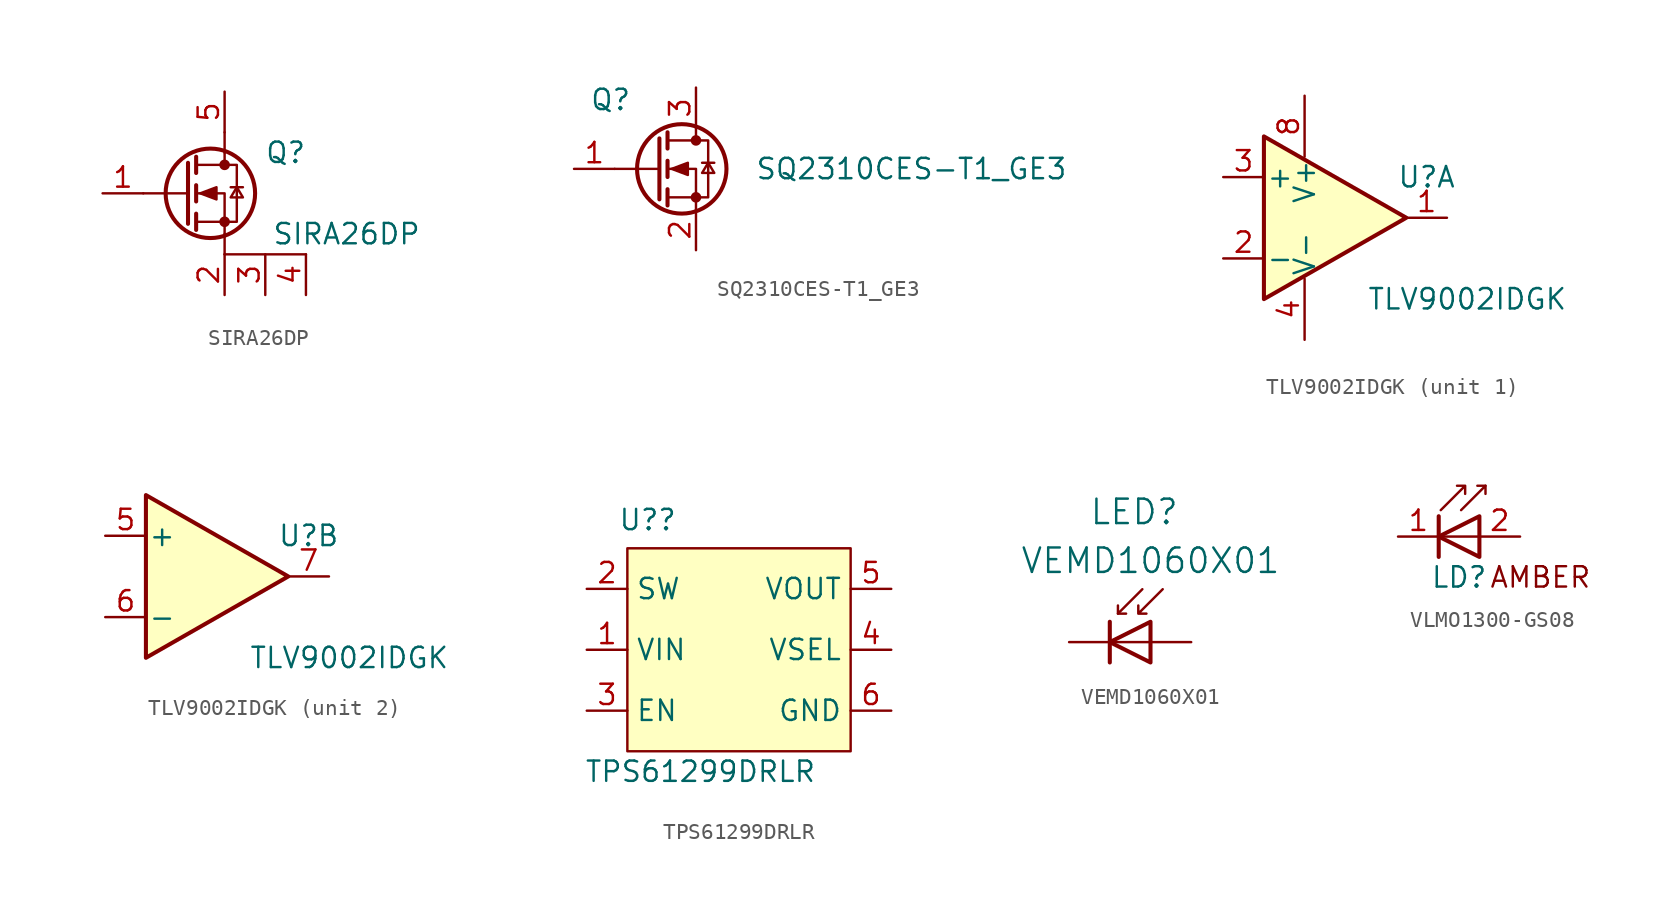
<source format=kicad_sym>
(kicad_symbol_lib
  (version 20241209)
  (generator "kicad_symbol_editor")
  (generator_version "9.0")
  (symbol "SIRA26DP"
    (pin_names
      (hide yes))
    (property "Reference" "Q"
      (at 3.81 2.54 0)
      (effects (font (size 1.27 1.27))))
    (property "Value" "SIRA26DP"
      (at 7.62 -2.54 0)
      (effects (font (size 1.27 1.27))))
    (symbol "SIRA26DP_0_1"
      (polyline (pts (xy -2.286 1.905) (xy -2.286 -1.905)) (stroke (width 0.254) (type default)) (fill (type none)))
      (polyline (pts (xy -2.286 0) (xy -5.08 0)) (stroke (width 0) (type default)) (fill (type none)))
      (polyline (pts (xy -1.778 2.286) (xy -1.778 1.27)) (stroke (width 0.254) (type default)) (fill (type none)))
      (polyline (pts (xy -1.778 0.508) (xy -1.778 -0.508)) (stroke (width 0.254) (type default)) (fill (type none)))
      (polyline (pts (xy -1.778 -1.27) (xy -1.778 -2.286)) (stroke (width 0.254) (type default)) (fill (type none)))
      (polyline (pts (xy -1.778 -1.778) (xy 0.762 -1.778) (xy 0.762 1.778) (xy -1.778 1.778)) (stroke (width 0) (type default)) (fill (type none)))
      (polyline (pts (xy -1.524 0) (xy -0.508 0.381) (xy -0.508 -0.381) (xy -1.524 0)) (stroke (width 0) (type default)) (fill (type outline)))
      (circle (center -0.889 0) (radius 2.794) (stroke (width 0.254) (type default)) (fill (type none)))
      (polyline (pts (xy 0 3.81) (xy 0 2.54)) (stroke (width 0) (type default)) (fill (type none)))
      (polyline (pts (xy 0 2.54) (xy 0 1.778)) (stroke (width 0) (type default)) (fill (type none)))
      (circle (center 0 1.778) (radius 0.254) (stroke (width 0) (type default)) (fill (type outline)))
      (circle (center 0 -1.778) (radius 0.254) (stroke (width 0) (type default)) (fill (type outline)))
      (polyline (pts (xy 0 -2.54) (xy 0 -3.81)) (stroke (width 0) (type default)) (fill (type none)))
      (polyline (pts (xy 0 -2.54) (xy 0 0) (xy -1.778 0)) (stroke (width 0) (type default)) (fill (type none)))
      (polyline (pts (xy 0.381 0.381) (xy 1.143 0.381)) (stroke (width 0) (type default)) (fill (type none)))
      (polyline (pts (xy 0.762 0.381) (xy 0.381 -0.254) (xy 1.143 -0.254) (xy 0.762 0.381)) (stroke (width 0) (type default)) (fill (type none)))
      (polyline (pts (xy 5.08 -3.81) (xy 0 -3.81)) (stroke (width 0) (type default)) (fill (type none))))
    (symbol "SIRA26DP_1_1"
      (pin input line (at -7.62 0 0) (length 2.54) (name "G" (effects (font (size 1.27 1.27)))) (number "1" (effects (font (size 1.27 1.27)))))
      (pin passive line (at 0 6.35 270) (length 2.54) (name "D" (effects (font (size 1.27 1.27)))) (number "5" (effects (font (size 1.27 1.27)))))
      (pin passive line (at 0 -6.35 90) (length 2.54) (name "S" (effects (font (size 1.27 1.27)))) (number "2" (effects (font (size 1.27 1.27)))))
      (pin passive line (at 2.54 -6.35 90) (length 2.54) (name "S" (effects (font (size 1.27 1.27)))) (number "3" (effects (font (size 1.27 1.27)))))
      (pin passive line (at 5.08 -6.35 90) (length 2.54) (name "S" (effects (font (size 1.27 1.27)))) (number "4" (effects (font (size 1.27 1.27)))))))
  (symbol "SQ2310CES-T1_GE3"
    (pin_names
      (hide yes))
    (property "Reference" "Q"
      (at -5.334 4.318 0)
      (effects (font (size 1.27 1.27))))
    (property "Value" "SQ2310CES-T1_GE3"
      (at 13.462 0 0)
      (effects (font (size 1.27 1.27))))
    (symbol "SQ2310CES-T1_GE3_0_1"
      (polyline (pts (xy -2.286 1.905) (xy -2.286 -1.905)) (stroke (width 0.254) (type default)) (fill (type none)))
      (polyline (pts (xy -2.286 0) (xy -5.08 0)) (stroke (width 0) (type default)) (fill (type none)))
      (polyline (pts (xy -1.778 2.286) (xy -1.778 1.27)) (stroke (width 0.254) (type default)) (fill (type none)))
      (polyline (pts (xy -1.778 0.508) (xy -1.778 -0.508)) (stroke (width 0.254) (type default)) (fill (type none)))
      (polyline (pts (xy -1.778 -1.27) (xy -1.778 -2.286)) (stroke (width 0.254) (type default)) (fill (type none)))
      (polyline (pts (xy -1.778 -1.778) (xy 0.762 -1.778) (xy 0.762 1.778) (xy -1.778 1.778)) (stroke (width 0) (type default)) (fill (type none)))
      (polyline (pts (xy -1.524 0) (xy -0.508 0.381) (xy -0.508 -0.381) (xy -1.524 0)) (stroke (width 0) (type default)) (fill (type outline)))
      (circle (center -0.889 0) (radius 2.794) (stroke (width 0.254) (type default)) (fill (type none)))
      (polyline (pts (xy 0 2.54) (xy 0 1.778)) (stroke (width 0) (type default)) (fill (type none)))
      (circle (center 0 1.778) (radius 0.254) (stroke (width 0) (type default)) (fill (type outline)))
      (circle (center 0 -1.778) (radius 0.254) (stroke (width 0) (type default)) (fill (type outline)))
      (polyline (pts (xy 0 -2.54) (xy 0 0) (xy -1.778 0)) (stroke (width 0) (type default)) (fill (type none)))
      (polyline (pts (xy 0.381 0.381) (xy 1.143 0.381)) (stroke (width 0) (type default)) (fill (type none)))
      (polyline (pts (xy 0.762 0.381) (xy 0.381 -0.254) (xy 1.143 -0.254) (xy 0.762 0.381)) (stroke (width 0) (type default)) (fill (type none))))
    (symbol "SQ2310CES-T1_GE3_1_1"
      (pin input line (at -7.62 0 0) (length 2.54) (name "G" (effects (font (size 1.27 1.27)))) (number "1" (effects (font (size 1.27 1.27)))))
      (pin passive line (at 0 5.08 270) (length 2.54) (name "D" (effects (font (size 1.27 1.27)))) (number "3" (effects (font (size 1.27 1.27)))))
      (pin passive line (at 0 -5.08 90) (length 2.54) (name "S" (effects (font (size 1.27 1.27)))) (number "2" (effects (font (size 1.27 1.27)))))))
  (symbol "TLV9002IDGK"
    (pin_names
      (offset 0.127))
    (property "Reference" "U"
      (at 7.62 2.54 0)
      (effects (font (size 1.27 1.27))))
    (property "Value" "TLV9002IDGK"
      (at 10.16 -5.08 0)
      (effects (font (size 1.27 1.27))))
    (property "ki_locked" ""
      (at 0 0 0)
      (effects (font (size 1.27 1.27))))
    (symbol "TLV9002IDGK_0_1"
      (polyline (pts (xy -2.54 5.08) (xy -2.54 -5.08) (xy 6.35 0) (xy -2.54 5.08)) (stroke (width 0.254) (type default)) (fill (type background))))
    (symbol "TLV9002IDGK_1_1"
      (pin passive line (at -5.08 2.54 0) (length 2.54) (name "+" (effects (font (size 1.27 1.27)))) (number "3" (effects (font (size 1.27 1.27)))))
      (pin passive line (at -5.08 -2.54 0) (length 2.54) (name "-" (effects (font (size 1.27 1.27)))) (number "2" (effects (font (size 1.27 1.27)))))
      (pin power_in line (at 0 7.62 270) (length 3.81) (name "V+" (effects (font (size 1.27 1.27)))) (number "8" (effects (font (size 1.27 1.27)))))
      (pin power_in line (at 0 -7.62 90) (length 3.81) (name "V-" (effects (font (size 1.27 1.27)))) (number "4" (effects (font (size 1.27 1.27)))))
      (pin passive line (at 8.89 0 180) (length 2.54) (name "~" (effects (font (size 1.27 1.27)))) (number "1" (effects (font (size 1.27 1.27))))))
    (symbol "TLV9002IDGK_2_1"
      (pin input line (at -5.08 2.54 0) (length 2.54) (name "+" (effects (font (size 1.27 1.27)))) (number "5" (effects (font (size 1.27 1.27)))))
      (pin input line (at -5.08 -2.54 0) (length 2.54) (name "-" (effects (font (size 1.27 1.27)))) (number "6" (effects (font (size 1.27 1.27)))))
      (pin output line (at 8.89 0 180) (length 2.54) (name "~" (effects (font (size 1.27 1.27)))) (number "7" (effects (font (size 1.27 1.27)))))))
  (symbol "TPS61299DRLR"
    (property "Reference" "U?"
      (at -1.27 8.128 0)
      (effects (font (size 1.27 1.27))))
    (property "Value" "TPS61299DRLR"
      (at 2.032 -7.62 0)
      (effects (font (size 1.27 1.27))))
    (symbol "TPS61299DRLR_1_1"
      (rectangle (start -2.54 6.35) (end 11.43 -6.35) (stroke (width 0) (type solid)) (fill (type background)))
      (pin passive line (at -5.08 3.81 0) (length 2.54) (name "SW" (effects (font (size 1.27 1.27)))) (number "2" (effects (font (size 1.27 1.27)))))
      (pin passive line (at -5.08 0 0) (length 2.54) (name "VIN" (effects (font (size 1.27 1.27)))) (number "1" (effects (font (size 1.27 1.27)))))
      (pin input line (at -5.08 -3.81 0) (length 2.54) (name "EN" (effects (font (size 1.27 1.27)))) (number "3" (effects (font (size 1.27 1.27)))))
      (pin passive line (at 13.97 3.81 180) (length 2.54) (name "VOUT" (effects (font (size 1.27 1.27)))) (number "5" (effects (font (size 1.27 1.27)))))
      (pin passive line (at 13.97 0 180) (length 2.54) (name "VSEL" (effects (font (size 1.27 1.27)))) (number "4" (effects (font (size 1.27 1.27)))))
      (pin passive line (at 13.97 -3.81 180) (length 2.54) (name "GND" (effects (font (size 1.27 1.27)))) (number "6" (effects (font (size 1.27 1.27)))))))
  (symbol "VEMD1060X01"
    (pin_numbers
      (hide yes))
    (pin_names
      (offset 0.254)
      (hide yes))
    (property "Reference" "LED"
      (at 0.254 8.128 0)
      (effects (font (size 1.524 1.524))))
    (property "Value" "VEMD1060X01"
      (at 1.27 5.08 0)
      (effects (font (size 1.524 1.524))))
    (symbol "VEMD1060X01_0_1"
      (polyline (pts (xy -1.27 1.27) (xy -1.27 -1.27)) (stroke (width 0.254) (type default)) (fill (type none)))
      (polyline (pts (xy -0.762 1.778) (xy -0.254 1.778)) (stroke (width 0) (type default)) (fill (type none)))
      (polyline (pts (xy 0.762 3.302) (xy -0.762 1.778) (xy -0.762 2.286)) (stroke (width 0) (type default)) (fill (type none)))
      (polyline (pts (xy 1.27 0) (xy -1.27 0)) (stroke (width 0) (type default)) (fill (type none)))
      (polyline (pts (xy 1.27 -1.27) (xy 1.27 1.27) (xy -1.27 0) (xy 1.27 -1.27)) (stroke (width 0.254) (type default)) (fill (type none)))
      (polyline (pts (xy 2.032 3.302) (xy 0.508 1.778) (xy 0.508 2.286) (xy 0.508 1.778) (xy 1.016 1.778)) (stroke (width 0) (type default)) (fill (type none))))
    (symbol "VEMD1060X01_1_1"
      (pin passive line (at -3.81 0 0) (length 2.54) (name "K" (effects (font (size 1.27 1.27)))) (number "1" (effects (font (size 1.27 1.27)))))
      (pin passive line (at 3.81 0 180) (length 2.54) (name "A" (effects (font (size 1.27 1.27)))) (number "2" (effects (font (size 1.27 1.27)))))))
  (symbol "VLMO1300-GS08"
    (pin_names
      (hide yes))
    (property "Reference" "LD"
      (at 0 -2.54 0)
      (effects (font (size 1.27 1.27))))
    (property "Value" ""
      (at 0 0 0)
      (effects (font (size 1.27 1.27))))
    (symbol "VLMO1300-GS08_0_1"
      (polyline (pts (xy -1.27 1.27) (xy -1.27 -1.27)) (stroke (width 0.254) (type default)) (fill (type none)))
      (polyline (pts (xy -1.143 1.651) (xy 0.381 3.175) (xy 0.381 2.667) (xy 0.381 3.175) (xy -0.127 3.175)) (stroke (width 0) (type default)) (fill (type none)))
      (polyline (pts (xy 0.127 1.651) (xy 1.651 3.175) (xy 1.651 2.667)) (stroke (width 0) (type default)) (fill (type none)))
      (polyline (pts (xy 1.27 0) (xy -1.27 0)) (stroke (width 0) (type default)) (fill (type none)))
      (polyline (pts (xy 1.27 -1.27) (xy -1.27 0) (xy 1.27 1.27) (xy 1.27 -1.27)) (stroke (width 0.254) (type default)) (fill (type none)))
      (polyline (pts (xy 1.651 3.175) (xy 1.143 3.175)) (stroke (width 0) (type default)) (fill (type none))))
    (symbol "VLMO1300-GS08_1_1"
      (text "AMBER\n" (at 5.08 -2.54 0) (effects (font (size 1.27 1.27))))
      (pin passive line (at -3.81 0 0) (length 2.54) (name "K" (effects (font (size 1.27 1.27)))) (number "1" (effects (font (size 1.27 1.27)))))
      (pin passive line (at 3.81 0 180) (length 2.54) (name "A" (effects (font (size 1.27 1.27)))) (number "2" (effects (font (size 1.27 1.27))))))))
</source>
